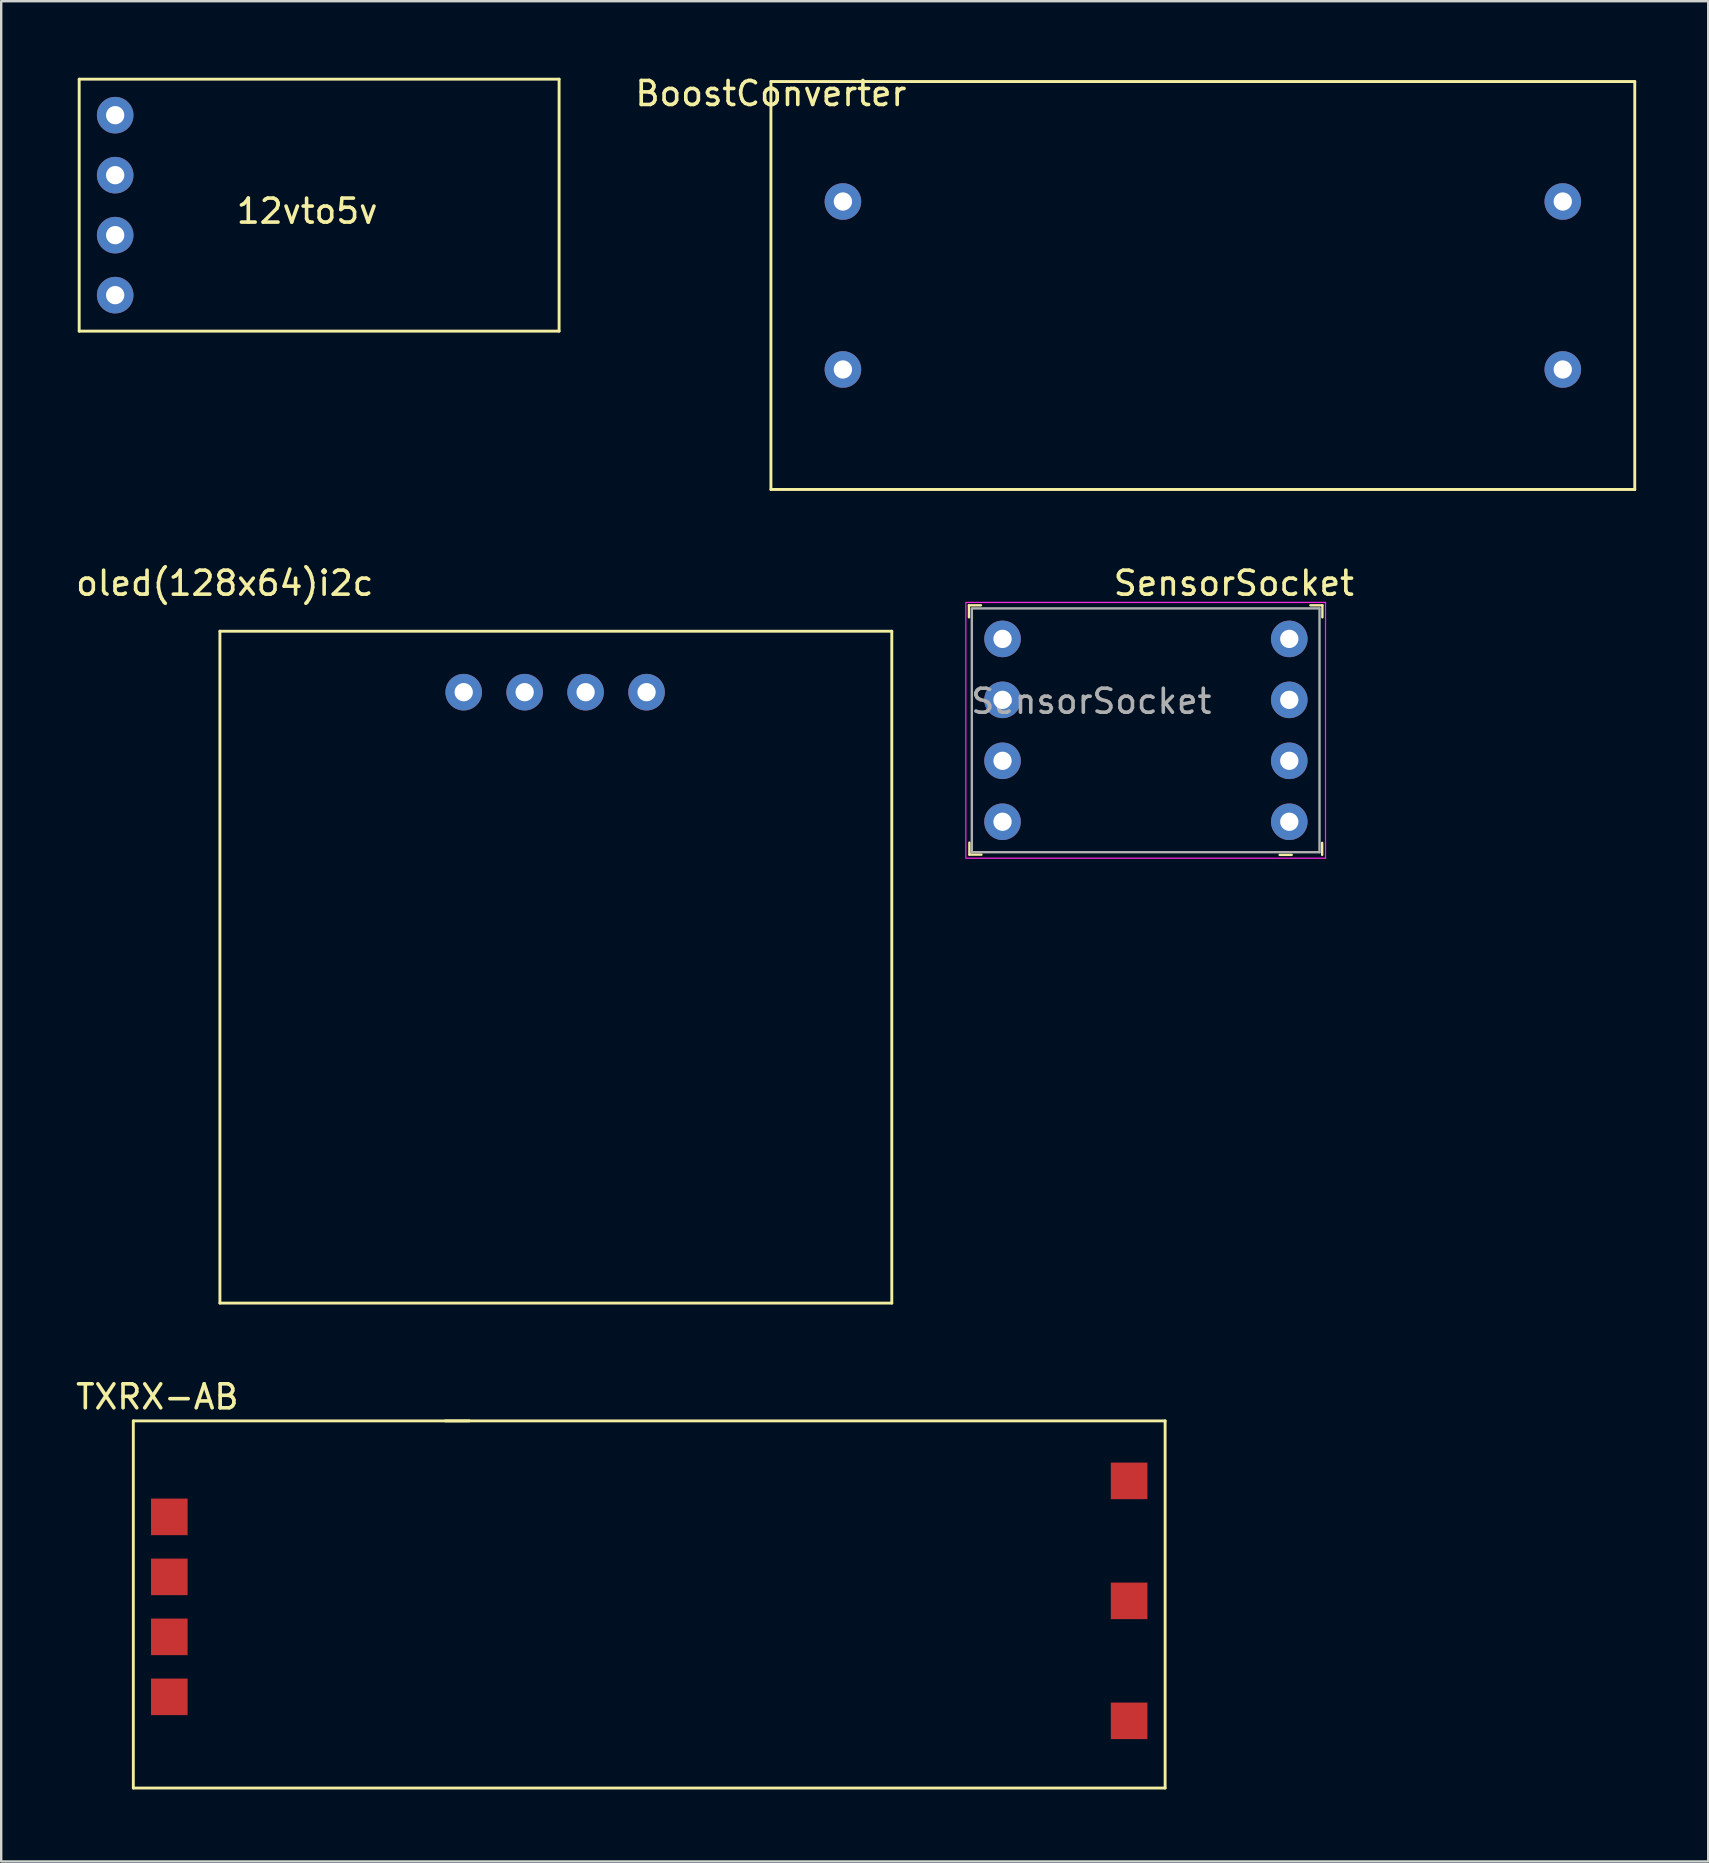
<source format=kicad_pcb>
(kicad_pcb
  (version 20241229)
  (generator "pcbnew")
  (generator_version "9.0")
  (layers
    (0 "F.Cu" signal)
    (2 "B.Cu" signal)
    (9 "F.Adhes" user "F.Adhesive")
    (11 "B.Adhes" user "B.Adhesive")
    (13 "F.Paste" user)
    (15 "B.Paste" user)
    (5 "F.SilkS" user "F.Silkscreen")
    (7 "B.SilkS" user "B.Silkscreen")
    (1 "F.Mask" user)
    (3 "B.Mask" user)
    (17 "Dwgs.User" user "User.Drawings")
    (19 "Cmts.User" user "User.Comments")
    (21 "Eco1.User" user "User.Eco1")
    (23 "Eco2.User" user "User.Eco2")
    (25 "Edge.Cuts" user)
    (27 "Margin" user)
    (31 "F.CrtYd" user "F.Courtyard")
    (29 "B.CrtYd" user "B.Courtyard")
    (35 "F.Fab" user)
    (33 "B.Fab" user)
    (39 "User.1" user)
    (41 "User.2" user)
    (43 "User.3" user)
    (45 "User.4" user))
  (footprint "BoostConverter"
    (layer "F.Cu")
    (at 32.078 5.348)
    (property "Reference" "BoostConverter" (at -3 -4.5 0) (layer "F.SilkS") (effects (font (size 1 1) (thickness 0.15))))
    (attr through_hole)
    (fp_line (start -3 -5) (end -3 12) (stroke (width 0.12) (type solid)) (layer "F.SilkS"))
    (fp_line (start -3 12) (end 33 12) (stroke (width 0.12) (type solid)) (layer "F.SilkS"))
    (fp_line (start 33 -5) (end -3 -5) (stroke (width 0.12) (type solid)) (layer "F.SilkS"))
    (fp_line (start 33 12) (end 33 -5) (stroke (width 0.12) (type solid)) (layer "F.SilkS"))
    (pad "1" thru_hole circle (at 0 0) (size 1.524 1.524) (drill 0.762) (layers "*.Cu" "*.Mask"))
    (pad "2" thru_hole circle (at 0 7) (size 1.524 1.524) (drill 0.762) (layers "*.Cu" "*.Mask"))
    (pad "3" thru_hole circle (at 30 0) (size 1.524 1.524) (drill 0.762) (layers "*.Cu" "*.Mask"))
    (pad "4" thru_hole circle (at 30 7) (size 1.524 1.524) (drill 0.762) (layers "*.Cu" "*.Mask")))
  (footprint "SensorSocket"
    (layer "F.Cu")
    (at 38.73 23.576)
    (property "Reference" "SensorSocket" (at 9.64 -2.32 0) (layer "F.SilkS") (effects (font (size 1 1) (thickness 0.15))))
    (attr through_hole)
    (fp_line (start -1.4 -1.4) (end -1.4 -0.9) (stroke (width 0.1) (type solid)) (layer "F.SilkS"))
    (fp_line (start -1.4 -1.4) (end -0.9 -1.4) (stroke (width 0.1) (type solid)) (layer "F.SilkS"))
    (fp_line (start -1.38 8.99) (end -1.38 8.49) (stroke (width 0.1) (type solid)) (layer "F.SilkS"))
    (fp_line (start -1.38 8.99) (end -0.88 8.99) (stroke (width 0.1) (type solid)) (layer "F.SilkS"))
    (fp_line (start 12.05 9) (end 11.55 9) (stroke (width 0.1) (type solid)) (layer "F.SilkS"))
    (fp_line (start 13.32 9) (end 13.32 8.5) (stroke (width 0.1) (type solid)) (layer "F.SilkS"))
    (fp_line (start 13.33 -1.4) (end 12.83 -1.4) (stroke (width 0.1) (type solid)) (layer "F.SilkS"))
    (fp_line (start 13.33 -1.4) (end 13.33 -0.9) (stroke (width 0.1) (type solid)) (layer "F.SilkS"))
    (fp_line (start -1.53 -1.52) (end -1.53 9.14) (stroke (width 0.05) (type solid)) (layer "F.CrtYd"))
    (fp_line (start 13.46 -1.52) (end -1.5 -1.52) (stroke (width 0.05) (type solid)) (layer "F.CrtYd"))
    (fp_line (start 13.46 -1.52) (end 13.46 9.14) (stroke (width 0.05) (type solid)) (layer "F.CrtYd"))
    (fp_line (start 13.46 9.14) (end -1.5 9.14) (stroke (width 0.05) (type solid)) (layer "F.CrtYd"))
    (fp_line (start -1.28 -1.27) (end -1.28 8.89) (stroke (width 0.1) (type solid)) (layer "F.Fab"))
    (fp_line (start -1.28 8.89) (end 13.21 8.89) (stroke (width 0.1) (type solid)) (layer "F.Fab"))
    (fp_line (start -1.25 -1.27) (end 13.2 -1.27) (stroke (width 0.1) (type solid)) (layer "F.Fab"))
    (fp_line (start 13.21 -1.27) (end 13.21 8.89) (stroke (width 0.1) (type solid)) (layer "F.Fab"))
    (fp_text user "${REFERENCE}" (at 3.7 2.6 0) (layer "F.Fab") (effects (font (size 1 1) (thickness 0.15))))
    (pad "1" thru_hole circle (at 0 0) (size 1.524 1.524) (drill 0.762) (layers "*.Cu" "*.Mask"))
    (pad "2" thru_hole circle (at 0 2.54) (size 1.524 1.524) (drill 0.762) (layers "*.Cu" "*.Mask"))
    (pad "3" thru_hole circle (at 0 5.08) (size 1.524 1.524) (drill 0.762) (layers "*.Cu" "*.Mask"))
    (pad "4" thru_hole circle (at 0 7.62) (size 1.524 1.524) (drill 0.762) (layers "*.Cu" "*.Mask"))
    (pad "5" thru_hole circle (at 11.95 7.62) (size 1.524 1.524) (drill 0.762) (layers "*.Cu" "*.Mask"))
    (pad "6" thru_hole circle (at 11.95 5.08) (size 1.524 1.524) (drill 0.762) (layers "*.Cu" "*.Mask"))
    (pad "7" thru_hole circle (at 11.95 2.54) (size 1.524 1.524) (drill 0.762) (layers "*.Cu" "*.Mask"))
    (pad "8" thru_hole circle (at 11.95 0) (size 1.524 1.524) (drill 0.762) (layers "*.Cu" "*.Mask")))
  (footprint "12vto5v"
    (layer "F.Cu")
    (at 0.25 0.25)
    (property "Reference" "12vto5v" (at 9.5 5.5 0) (layer "F.SilkS") (effects (font (size 1 1) (thickness 0.15))))
    (attr through_hole)
    (fp_line (start 0 0) (end 0 10.5) (stroke (width 0.12) (type solid)) (layer "F.SilkS"))
    (fp_line (start 0 0) (end 20 0) (stroke (width 0.12) (type solid)) (layer "F.SilkS"))
    (fp_line (start 0 10.5) (end 20 10.5) (stroke (width 0.12) (type solid)) (layer "F.SilkS"))
    (fp_line (start 20 10.5) (end 20 0) (stroke (width 0.12) (type solid)) (layer "F.SilkS"))
    (pad "1" thru_hole circle (at 1.5 9) (size 1.524 1.524) (drill 0.762) (layers "*.Cu" "*.Mask"))
    (pad "2" thru_hole circle (at 1.5 6.5) (size 1.524 1.524) (drill 0.762) (layers "*.Cu" "*.Mask"))
    (pad "3" thru_hole circle (at 1.5 4) (size 1.524 1.524) (drill 0.762) (layers "*.Cu" "*.Mask"))
    (pad "4" thru_hole circle (at 1.5 1.5) (size 1.524 1.524) (drill 0.762) (layers "*.Cu" "*.Mask")))
  (footprint "TXRX-AB"
    (layer "F.Cu")
    (at 2.506 56.165)
    (property "Reference" "TXRX-AB" (at 1 -1 0) (layer "F.SilkS") (effects (font (size 1 1) (thickness 0.15))))
    (attr through_hole)
    (fp_line (start 0 0) (end 0 15.3) (stroke (width 0.12) (type solid)) (layer "F.SilkS"))
    (fp_line (start 0 15.3) (end 43 15.3) (stroke (width 0.12) (type solid)) (layer "F.SilkS"))
    (fp_line (start 13 0) (end 14 0) (stroke (width 0.12) (type solid)) (layer "F.SilkS"))
    (fp_line (start 43 0) (end 0 0) (stroke (width 0.12) (type solid)) (layer "F.SilkS"))
    (fp_line (start 43 0) (end 43 15.3) (stroke (width 0.12) (type solid)) (layer "F.SilkS"))
    (pad "1" smd rect (at 1.5 11.5) (size 1.524 1.524) (layers "F.Cu" "F.Mask" "F.Paste"))
    (pad "2" smd rect (at 1.5 9) (size 1.524 1.524) (layers "F.Cu" "F.Mask" "F.Paste"))
    (pad "3" smd rect (at 1.5 6.5) (size 1.524 1.524) (layers "F.Cu" "F.Mask" "F.Paste"))
    (pad "4" smd rect (at 1.5 4) (size 1.524 1.524) (layers "F.Cu" "F.Mask" "F.Paste"))
    (pad "5" smd rect (at 41.5 12.5) (size 1.524 1.524) (layers "F.Cu" "F.Mask" "F.Paste"))
    (pad "6" smd rect (at 41.5 7.5) (size 1.524 1.524) (layers "F.Cu" "F.Mask" "F.Paste"))
    (pad "7" smd rect (at 41.5 2.5) (size 1.524 1.524) (layers "F.Cu" "F.Mask" "F.Paste")))
  (footprint "oled(128x64)i2c"
    (layer "F.Cu")
    (at 6.115 23.256)
    (property "Reference" "oled(128x64)i2c" (at 0.2 -2 0) (layer "F.SilkS") (effects (font (size 1 1) (thickness 0.15))))
    (attr through_hole)
    (fp_line (start 0 0) (end 0 28) (stroke (width 0.12) (type solid)) (layer "F.SilkS"))
    (fp_line (start 0 28) (end 28 28) (stroke (width 0.12) (type solid)) (layer "F.SilkS"))
    (fp_line (start 28 0) (end 0 0) (stroke (width 0.12) (type solid)) (layer "F.SilkS"))
    (fp_line (start 28 28) (end 28 0) (stroke (width 0.12) (type solid)) (layer "F.SilkS"))
    (pad "1" thru_hole circle (at 10.16 2.54) (size 1.524 1.524) (drill 0.762) (layers "*.Cu" "*.Mask"))
    (pad "2" thru_hole circle (at 12.7 2.54) (size 1.524 1.524) (drill 0.762) (layers "*.Cu" "*.Mask"))
    (pad "3" thru_hole circle (at 15.24 2.54) (size 1.524 1.524) (drill 0.762) (layers "*.Cu" "*.Mask"))
    (pad "4" thru_hole circle (at 17.78 2.54) (size 1.524 1.524) (drill 0.762) (layers "*.Cu" "*.Mask")))
  (gr_rect
    (start -3 -3)
    (end 68.138 74.525)
    (stroke (width 0.1) (type default))
    (fill no)
    (layer "Edge.Cuts")))
</source>
